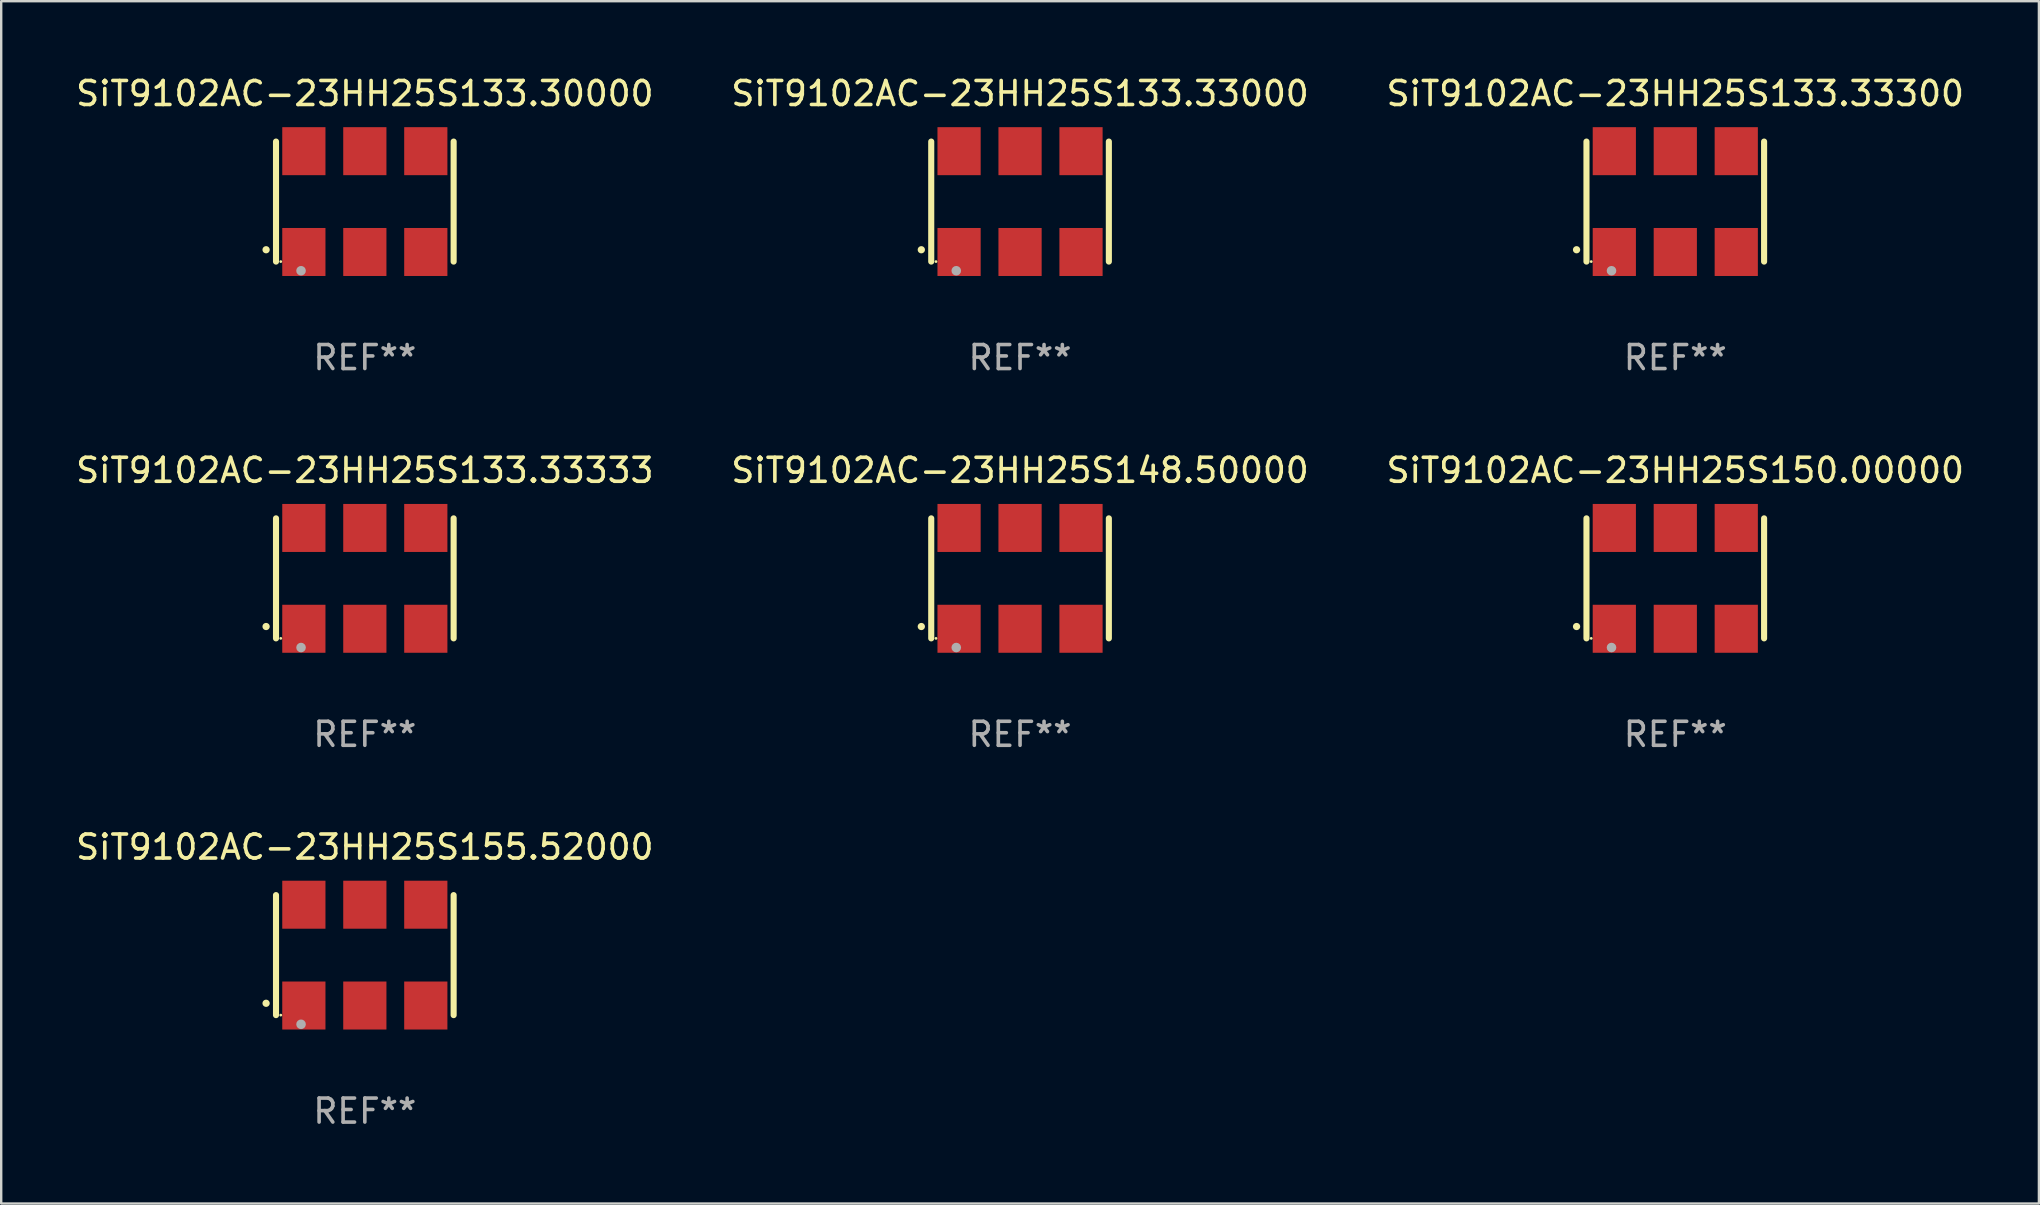
<source format=kicad_pcb>
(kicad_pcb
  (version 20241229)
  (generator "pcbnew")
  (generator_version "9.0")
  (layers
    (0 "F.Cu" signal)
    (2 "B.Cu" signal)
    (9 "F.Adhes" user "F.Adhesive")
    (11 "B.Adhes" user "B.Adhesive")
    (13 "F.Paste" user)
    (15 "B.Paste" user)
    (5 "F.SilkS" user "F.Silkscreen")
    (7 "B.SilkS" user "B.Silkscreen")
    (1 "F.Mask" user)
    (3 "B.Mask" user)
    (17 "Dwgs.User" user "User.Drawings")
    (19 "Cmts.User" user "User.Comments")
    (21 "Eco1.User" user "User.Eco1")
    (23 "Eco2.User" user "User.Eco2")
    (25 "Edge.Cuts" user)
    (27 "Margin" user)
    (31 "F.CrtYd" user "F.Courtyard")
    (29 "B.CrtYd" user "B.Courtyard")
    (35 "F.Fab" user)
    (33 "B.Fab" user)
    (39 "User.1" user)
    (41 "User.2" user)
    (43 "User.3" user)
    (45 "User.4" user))
  (footprint "SiT9102AC-23HH25S148.50000"
    (layer "F.Cu")
    (at 39.446 21.045)
    (property "Reference" "SiT9102AC-23HH25S148.50000" (at 0 -4.5 0) (layer "F.SilkS") (effects (font (size 1 1) (thickness 0.15))))
    (attr through_hole)
    (fp_line (start -3.7 -2.5) (end -3.7 2.5) (stroke (width 0.254) (type solid)) (layer "F.SilkS"))
    (fp_line (start 3.7 -2.5) (end 3.7 2.5) (stroke (width 0.254) (type solid)) (layer "F.SilkS"))
    (fp_arc (start -4.114415 2.006604) (mid -4.113145 2.006599) (end -4.111875 2.006604) (stroke (width 0.3) (type solid)) (layer "F.SilkS"))
    (fp_circle (center -3.502 2.5) (end -3.472 2.5) (stroke (width 0.06) (type solid)) (fill no) (layer "F.SilkS"))
    (fp_circle (center -2.657 2.882) (end -2.557 2.882) (stroke (width 0.2) (type solid)) (fill no) (layer "F.Fab"))
    (fp_text user "REF**" (at 0 6.5 0) (layer "F.Fab") (effects (font (size 1 1) (thickness 0.15))))
    (pad "1" smd rect (at -2.54 2.1) (size 1.8 2) (layers "F.Cu" "F.Mask" "F.Paste"))
    (pad "2" smd rect (at 0.000394 2.1) (size 1.8 2) (layers "F.Cu" "F.Mask" "F.Paste"))
    (pad "3" smd rect (at 2.54 2.1) (size 1.8 2) (layers "F.Cu" "F.Mask" "F.Paste"))
    (pad "4" smd rect (at 2.54 -2.1) (size 1.8 2) (layers "F.Cu" "F.Mask" "F.Paste"))
    (pad "5" smd rect (at 0.000394 -2.1) (size 1.8 2) (layers "F.Cu" "F.Mask" "F.Paste"))
    (pad "6" smd rect (at -2.54 -2.1) (size 1.8 2) (layers "F.Cu" "F.Mask" "F.Paste")))
  (footprint "SiT9102AC-23HH25S150.00000"
    (layer "F.Cu")
    (at 66.744 21.045)
    (property "Reference" "SiT9102AC-23HH25S150.00000" (at 0 -4.5 0) (layer "F.SilkS") (effects (font (size 1 1) (thickness 0.15))))
    (attr through_hole)
    (fp_line (start -3.7 -2.5) (end -3.7 2.5) (stroke (width 0.254) (type solid)) (layer "F.SilkS"))
    (fp_line (start 3.7 -2.5) (end 3.7 2.5) (stroke (width 0.254) (type solid)) (layer "F.SilkS"))
    (fp_arc (start -4.114415 2.006604) (mid -4.113145 2.006599) (end -4.111875 2.006604) (stroke (width 0.3) (type solid)) (layer "F.SilkS"))
    (fp_circle (center -3.502 2.5) (end -3.472 2.5) (stroke (width 0.06) (type solid)) (fill no) (layer "F.SilkS"))
    (fp_circle (center -2.657 2.882) (end -2.557 2.882) (stroke (width 0.2) (type solid)) (fill no) (layer "F.Fab"))
    (fp_text user "REF**" (at 0 6.5 0) (layer "F.Fab") (effects (font (size 1 1) (thickness 0.15))))
    (pad "1" smd rect (at -2.54 2.1) (size 1.8 2) (layers "F.Cu" "F.Mask" "F.Paste"))
    (pad "2" smd rect (at 0.000394 2.1) (size 1.8 2) (layers "F.Cu" "F.Mask" "F.Paste"))
    (pad "3" smd rect (at 2.54 2.1) (size 1.8 2) (layers "F.Cu" "F.Mask" "F.Paste"))
    (pad "4" smd rect (at 2.54 -2.1) (size 1.8 2) (layers "F.Cu" "F.Mask" "F.Paste"))
    (pad "5" smd rect (at 0.000394 -2.1) (size 1.8 2) (layers "F.Cu" "F.Mask" "F.Paste"))
    (pad "6" smd rect (at -2.54 -2.1) (size 1.8 2) (layers "F.Cu" "F.Mask" "F.Paste")))
  (footprint "SiT9102AC-23HH25S133.33300"
    (layer "F.Cu")
    (at 66.744 5.348)
    (property "Reference" "SiT9102AC-23HH25S133.33300" (at 0 -4.5 0) (layer "F.SilkS") (effects (font (size 1 1) (thickness 0.15))))
    (attr through_hole)
    (fp_line (start -3.7 -2.5) (end -3.7 2.5) (stroke (width 0.254) (type solid)) (layer "F.SilkS"))
    (fp_line (start 3.7 -2.5) (end 3.7 2.5) (stroke (width 0.254) (type solid)) (layer "F.SilkS"))
    (fp_arc (start -4.114415 2.006604) (mid -4.113145 2.006599) (end -4.111875 2.006604) (stroke (width 0.3) (type solid)) (layer "F.SilkS"))
    (fp_circle (center -3.502 2.5) (end -3.472 2.5) (stroke (width 0.06) (type solid)) (fill no) (layer "F.SilkS"))
    (fp_circle (center -2.657 2.882) (end -2.557 2.882) (stroke (width 0.2) (type solid)) (fill no) (layer "F.Fab"))
    (fp_text user "REF**" (at 0 6.5 0) (layer "F.Fab") (effects (font (size 1 1) (thickness 0.15))))
    (pad "1" smd rect (at -2.54 2.1) (size 1.8 2) (layers "F.Cu" "F.Mask" "F.Paste"))
    (pad "2" smd rect (at 0.000394 2.1) (size 1.8 2) (layers "F.Cu" "F.Mask" "F.Paste"))
    (pad "3" smd rect (at 2.54 2.1) (size 1.8 2) (layers "F.Cu" "F.Mask" "F.Paste"))
    (pad "4" smd rect (at 2.54 -2.1) (size 1.8 2) (layers "F.Cu" "F.Mask" "F.Paste"))
    (pad "5" smd rect (at 0.000394 -2.1) (size 1.8 2) (layers "F.Cu" "F.Mask" "F.Paste"))
    (pad "6" smd rect (at -2.54 -2.1) (size 1.8 2) (layers "F.Cu" "F.Mask" "F.Paste")))
  (footprint "SiT9102AC-23HH25S133.33333"
    (layer "F.Cu")
    (at 12.149 21.045)
    (property "Reference" "SiT9102AC-23HH25S133.33333" (at 0 -4.5 0) (layer "F.SilkS") (effects (font (size 1 1) (thickness 0.15))))
    (attr through_hole)
    (fp_line (start -3.7 -2.5) (end -3.7 2.5) (stroke (width 0.254) (type solid)) (layer "F.SilkS"))
    (fp_line (start 3.7 -2.5) (end 3.7 2.5) (stroke (width 0.254) (type solid)) (layer "F.SilkS"))
    (fp_arc (start -4.114415 2.006604) (mid -4.113145 2.006599) (end -4.111875 2.006604) (stroke (width 0.3) (type solid)) (layer "F.SilkS"))
    (fp_circle (center -3.502 2.5) (end -3.472 2.5) (stroke (width 0.06) (type solid)) (fill no) (layer "F.SilkS"))
    (fp_circle (center -2.657 2.882) (end -2.557 2.882) (stroke (width 0.2) (type solid)) (fill no) (layer "F.Fab"))
    (fp_text user "REF**" (at 0 6.5 0) (layer "F.Fab") (effects (font (size 1 1) (thickness 0.15))))
    (pad "1" smd rect (at -2.54 2.1) (size 1.8 2) (layers "F.Cu" "F.Mask" "F.Paste"))
    (pad "2" smd rect (at 0.000394 2.1) (size 1.8 2) (layers "F.Cu" "F.Mask" "F.Paste"))
    (pad "3" smd rect (at 2.54 2.1) (size 1.8 2) (layers "F.Cu" "F.Mask" "F.Paste"))
    (pad "4" smd rect (at 2.54 -2.1) (size 1.8 2) (layers "F.Cu" "F.Mask" "F.Paste"))
    (pad "5" smd rect (at 0.000394 -2.1) (size 1.8 2) (layers "F.Cu" "F.Mask" "F.Paste"))
    (pad "6" smd rect (at -2.54 -2.1) (size 1.8 2) (layers "F.Cu" "F.Mask" "F.Paste")))
  (footprint "SiT9102AC-23HH25S133.33000"
    (layer "F.Cu")
    (at 39.446 5.348)
    (property "Reference" "SiT9102AC-23HH25S133.33000" (at 0 -4.5 0) (layer "F.SilkS") (effects (font (size 1 1) (thickness 0.15))))
    (attr through_hole)
    (fp_line (start -3.7 -2.5) (end -3.7 2.5) (stroke (width 0.254) (type solid)) (layer "F.SilkS"))
    (fp_line (start 3.7 -2.5) (end 3.7 2.5) (stroke (width 0.254) (type solid)) (layer "F.SilkS"))
    (fp_arc (start -4.114415 2.006604) (mid -4.113145 2.006599) (end -4.111875 2.006604) (stroke (width 0.3) (type solid)) (layer "F.SilkS"))
    (fp_circle (center -3.502 2.5) (end -3.472 2.5) (stroke (width 0.06) (type solid)) (fill no) (layer "F.SilkS"))
    (fp_circle (center -2.657 2.882) (end -2.557 2.882) (stroke (width 0.2) (type solid)) (fill no) (layer "F.Fab"))
    (fp_text user "REF**" (at 0 6.5 0) (layer "F.Fab") (effects (font (size 1 1) (thickness 0.15))))
    (pad "1" smd rect (at -2.54 2.1) (size 1.8 2) (layers "F.Cu" "F.Mask" "F.Paste"))
    (pad "2" smd rect (at 0.000394 2.1) (size 1.8 2) (layers "F.Cu" "F.Mask" "F.Paste"))
    (pad "3" smd rect (at 2.54 2.1) (size 1.8 2) (layers "F.Cu" "F.Mask" "F.Paste"))
    (pad "4" smd rect (at 2.54 -2.1) (size 1.8 2) (layers "F.Cu" "F.Mask" "F.Paste"))
    (pad "5" smd rect (at 0.000394 -2.1) (size 1.8 2) (layers "F.Cu" "F.Mask" "F.Paste"))
    (pad "6" smd rect (at -2.54 -2.1) (size 1.8 2) (layers "F.Cu" "F.Mask" "F.Paste")))
  (footprint "SiT9102AC-23HH25S133.30000"
    (layer "F.Cu")
    (at 12.149 5.348)
    (property "Reference" "SiT9102AC-23HH25S133.30000" (at 0 -4.5 0) (layer "F.SilkS") (effects (font (size 1 1) (thickness 0.15))))
    (attr through_hole)
    (fp_line (start -3.7 -2.5) (end -3.7 2.5) (stroke (width 0.254) (type solid)) (layer "F.SilkS"))
    (fp_line (start 3.7 -2.5) (end 3.7 2.5) (stroke (width 0.254) (type solid)) (layer "F.SilkS"))
    (fp_arc (start -4.114415 2.006604) (mid -4.113145 2.006599) (end -4.111875 2.006604) (stroke (width 0.3) (type solid)) (layer "F.SilkS"))
    (fp_circle (center -3.502 2.5) (end -3.472 2.5) (stroke (width 0.06) (type solid)) (fill no) (layer "F.SilkS"))
    (fp_circle (center -2.657 2.882) (end -2.557 2.882) (stroke (width 0.2) (type solid)) (fill no) (layer "F.Fab"))
    (fp_text user "REF**" (at 0 6.5 0) (layer "F.Fab") (effects (font (size 1 1) (thickness 0.15))))
    (pad "1" smd rect (at -2.54 2.1) (size 1.8 2) (layers "F.Cu" "F.Mask" "F.Paste"))
    (pad "2" smd rect (at 0.000394 2.1) (size 1.8 2) (layers "F.Cu" "F.Mask" "F.Paste"))
    (pad "3" smd rect (at 2.54 2.1) (size 1.8 2) (layers "F.Cu" "F.Mask" "F.Paste"))
    (pad "4" smd rect (at 2.54 -2.1) (size 1.8 2) (layers "F.Cu" "F.Mask" "F.Paste"))
    (pad "5" smd rect (at 0.000394 -2.1) (size 1.8 2) (layers "F.Cu" "F.Mask" "F.Paste"))
    (pad "6" smd rect (at -2.54 -2.1) (size 1.8 2) (layers "F.Cu" "F.Mask" "F.Paste")))
  (footprint "SiT9102AC-23HH25S155.52000"
    (layer "F.Cu")
    (at 12.149 36.741)
    (property "Reference" "SiT9102AC-23HH25S155.52000" (at 0 -4.5 0) (layer "F.SilkS") (effects (font (size 1 1) (thickness 0.15))))
    (attr through_hole)
    (fp_line (start -3.7 -2.5) (end -3.7 2.5) (stroke (width 0.254) (type solid)) (layer "F.SilkS"))
    (fp_line (start 3.7 -2.5) (end 3.7 2.5) (stroke (width 0.254) (type solid)) (layer "F.SilkS"))
    (fp_arc (start -4.114415 2.006604) (mid -4.113145 2.006599) (end -4.111875 2.006604) (stroke (width 0.3) (type solid)) (layer "F.SilkS"))
    (fp_circle (center -3.502 2.5) (end -3.472 2.5) (stroke (width 0.06) (type solid)) (fill no) (layer "F.SilkS"))
    (fp_circle (center -2.657 2.882) (end -2.557 2.882) (stroke (width 0.2) (type solid)) (fill no) (layer "F.Fab"))
    (fp_text user "REF**" (at 0 6.5 0) (layer "F.Fab") (effects (font (size 1 1) (thickness 0.15))))
    (pad "1" smd rect (at -2.54 2.1) (size 1.8 2) (layers "F.Cu" "F.Mask" "F.Paste"))
    (pad "2" smd rect (at 0.000394 2.1) (size 1.8 2) (layers "F.Cu" "F.Mask" "F.Paste"))
    (pad "3" smd rect (at 2.54 2.1) (size 1.8 2) (layers "F.Cu" "F.Mask" "F.Paste"))
    (pad "4" smd rect (at 2.54 -2.1) (size 1.8 2) (layers "F.Cu" "F.Mask" "F.Paste"))
    (pad "5" smd rect (at 0.000394 -2.1) (size 1.8 2) (layers "F.Cu" "F.Mask" "F.Paste"))
    (pad "6" smd rect (at -2.54 -2.1) (size 1.8 2) (layers "F.Cu" "F.Mask" "F.Paste")))
  (gr_rect
    (start -3 -3)
    (end 81.893 47.09)
    (stroke (width 0.1) (type default))
    (fill no)
    (layer "Edge.Cuts")))
</source>
